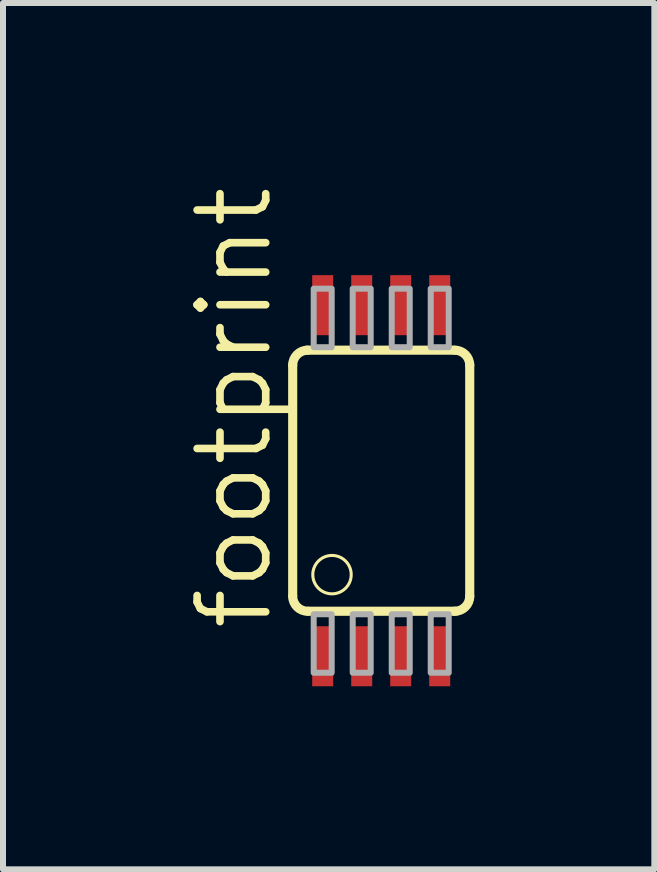
<source format=kicad_pcb>
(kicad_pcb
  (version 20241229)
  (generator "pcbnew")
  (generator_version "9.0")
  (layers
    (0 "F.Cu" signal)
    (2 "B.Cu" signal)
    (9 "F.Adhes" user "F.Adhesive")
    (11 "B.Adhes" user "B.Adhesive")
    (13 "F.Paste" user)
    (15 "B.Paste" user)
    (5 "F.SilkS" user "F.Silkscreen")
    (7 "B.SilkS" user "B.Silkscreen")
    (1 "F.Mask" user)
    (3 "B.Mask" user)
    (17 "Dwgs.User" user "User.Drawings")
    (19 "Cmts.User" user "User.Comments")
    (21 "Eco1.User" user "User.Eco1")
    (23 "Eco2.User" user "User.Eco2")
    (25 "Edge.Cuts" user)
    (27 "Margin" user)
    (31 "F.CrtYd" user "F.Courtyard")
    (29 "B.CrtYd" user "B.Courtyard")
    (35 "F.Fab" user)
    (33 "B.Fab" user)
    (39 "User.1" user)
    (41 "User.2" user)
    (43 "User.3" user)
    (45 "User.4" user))
  (footprint "footprint"
    (layer "F.Cu")
    (at 3.302 4.96)
    (property "Reference" "footprint" (at -1.778 2.54 90) (layer "F.SilkS") (effects (font (size 1.143 1.143) (thickness 0.127)) (justify left bottom)))
    (fp_poly (pts (xy -1.175 3.475) (xy -0.775 3.475) (xy -0.775 2.4) (xy -1.175 2.4)) (stroke (width 0) (type solid)) (fill yes) (layer "F.Mask"))
    (fp_poly (pts (xy -0.775 -3.475) (xy -1.175 -3.475) (xy -1.175 -2.4) (xy -0.775 -2.4)) (stroke (width 0) (type solid)) (fill yes) (layer "F.Mask"))
    (fp_poly (pts (xy -0.525 3.475) (xy -0.125 3.475) (xy -0.125 2.4) (xy -0.525 2.4)) (stroke (width 0) (type solid)) (fill yes) (layer "F.Mask"))
    (fp_poly (pts (xy -0.125 -3.475) (xy -0.525 -3.475) (xy -0.525 -2.4) (xy -0.125 -2.4)) (stroke (width 0) (type solid)) (fill yes) (layer "F.Mask"))
    (fp_poly (pts (xy 0.125 3.475) (xy 0.525 3.475) (xy 0.525 2.4) (xy 0.125 2.4)) (stroke (width 0) (type solid)) (fill yes) (layer "F.Mask"))
    (fp_poly (pts (xy 0.525 -3.475) (xy 0.125 -3.475) (xy 0.125 -2.4) (xy 0.525 -2.4)) (stroke (width 0) (type solid)) (fill yes) (layer "F.Mask"))
    (fp_poly (pts (xy 0.775 3.475) (xy 1.175 3.475) (xy 1.175 2.4) (xy 0.775 2.4)) (stroke (width 0) (type solid)) (fill yes) (layer "F.Mask"))
    (fp_poly (pts (xy 1.175 -3.475) (xy 0.775 -3.475) (xy 0.775 -2.4) (xy 1.175 -2.4)) (stroke (width 0) (type solid)) (fill yes) (layer "F.Mask"))
    (fp_line (start -1.475 -1.925) (end -1.475 1.915) (stroke (width 0.152) (type solid)) (layer "F.SilkS"))
    (fp_line (start -1.235 -2.175) (end 1.215 -2.175) (stroke (width 0.152) (type solid)) (layer "F.SilkS"))
    (fp_line (start 1.235 2.175) (end -1.215 2.175) (stroke (width 0.152) (type solid)) (layer "F.SilkS"))
    (fp_line (start 1.475 1.925) (end 1.475 -1.925) (stroke (width 0.152) (type solid)) (layer "F.SilkS"))
    (fp_arc (start -1.475 -1.925) (mid -1.401777 -2.101777) (end -1.225 -2.175) (stroke (width 0.1524) (type solid)) (layer "F.SilkS"))
    (fp_arc (start -1.225 2.175) (mid -1.401777 2.101777) (end -1.475 1.925) (stroke (width 0.1524) (type solid)) (layer "F.SilkS"))
    (fp_arc (start 1.225 -2.175) (mid 1.401777 -2.101777) (end 1.475 -1.925) (stroke (width 0.1524) (type solid)) (layer "F.SilkS"))
    (fp_arc (start 1.475 1.925) (mid 1.401777 2.101777) (end 1.225 2.175) (stroke (width 0.1524) (type solid)) (layer "F.SilkS"))
    (fp_circle (center -0.82 1.565) (end -0.5 1.565) (stroke (width 0.051) (type solid)) (fill no) (layer "F.SilkS"))
    (fp_poly (pts (xy -1.125 3.2) (xy -0.825 3.2) (xy -0.825 2.225) (xy -1.125 2.225)) (stroke (width 0.1) (type solid)) (fill no) (layer "F.Fab"))
    (fp_poly (pts (xy -0.825 -3.2) (xy -1.125 -3.2) (xy -1.125 -2.225) (xy -0.825 -2.225)) (stroke (width 0.1) (type solid)) (fill no) (layer "F.Fab"))
    (fp_poly (pts (xy -0.475 3.2) (xy -0.175 3.2) (xy -0.175 2.225) (xy -0.475 2.225)) (stroke (width 0.1) (type solid)) (fill no) (layer "F.Fab"))
    (fp_poly (pts (xy -0.175 -3.2) (xy -0.475 -3.2) (xy -0.475 -2.225) (xy -0.175 -2.225)) (stroke (width 0.1) (type solid)) (fill no) (layer "F.Fab"))
    (fp_poly (pts (xy 0.175 3.2) (xy 0.475 3.2) (xy 0.475 2.225) (xy 0.175 2.225)) (stroke (width 0.1) (type solid)) (fill no) (layer "F.Fab"))
    (fp_poly (pts (xy 0.475 -3.2) (xy 0.175 -3.2) (xy 0.175 -2.225) (xy 0.475 -2.225)) (stroke (width 0.1) (type solid)) (fill no) (layer "F.Fab"))
    (fp_poly (pts (xy 0.825 3.2) (xy 1.125 3.2) (xy 1.125 2.225) (xy 0.825 2.225)) (stroke (width 0.1) (type solid)) (fill no) (layer "F.Fab"))
    (fp_poly (pts (xy 1.125 -3.2) (xy 0.825 -3.2) (xy 0.825 -2.225) (xy 1.125 -2.225)) (stroke (width 0.1) (type solid)) (fill no) (layer "F.Fab"))
    (pad "1" smd rect (at -0.975 2.925) (size 0.35 1) (layers "F.Cu" "F.Paste"))
    (pad "2" smd rect (at -0.325 2.925) (size 0.35 1) (layers "F.Cu" "F.Paste"))
    (pad "3" smd rect (at 0.325 2.925) (size 0.35 1) (layers "F.Cu" "F.Paste"))
    (pad "4" smd rect (at 0.975 2.925) (size 0.35 1) (layers "F.Cu" "F.Paste"))
    (pad "5" smd rect (at 0.975 -2.925 180) (size 0.35 1) (layers "F.Cu" "F.Paste"))
    (pad "6" smd rect (at 0.325 -2.925 180) (size 0.35 1) (layers "F.Cu" "F.Paste"))
    (pad "7" smd rect (at -0.325 -2.925 180) (size 0.35 1) (layers "F.Cu" "F.Paste"))
    (pad "8" smd rect (at -0.975 -2.925 180) (size 0.35 1) (layers "F.Cu" "F.Paste")))
  (gr_rect
    (start -3 -3)
    (end 7.853 11.435)
    (stroke (width 0.1) (type default))
    (fill no)
    (layer "Edge.Cuts")))
</source>
